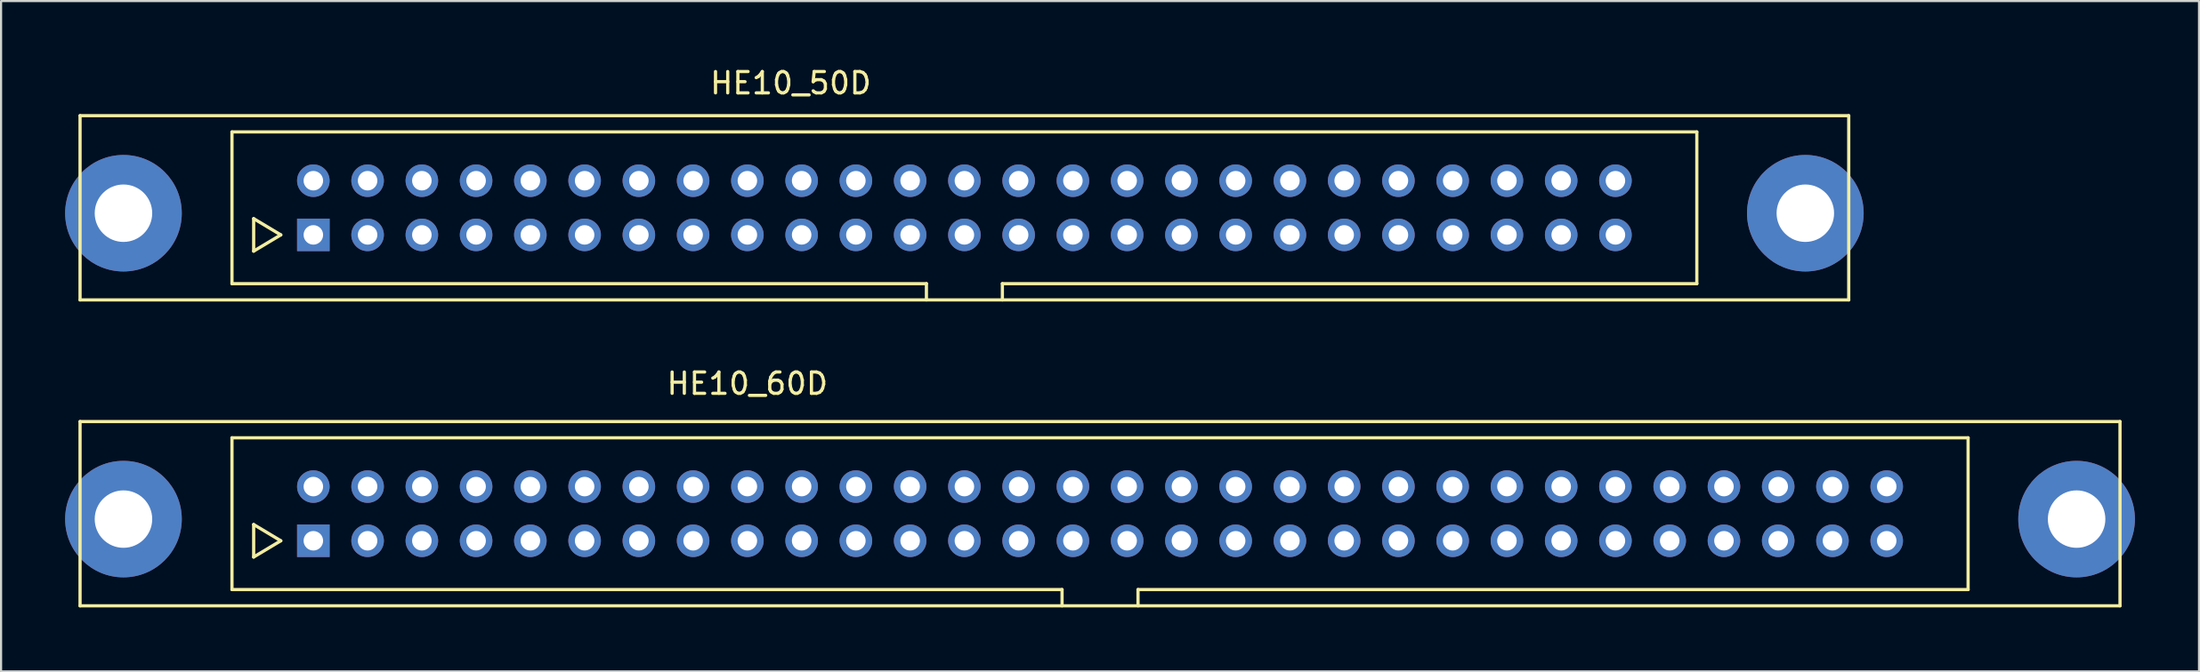
<source format=kicad_pcb>
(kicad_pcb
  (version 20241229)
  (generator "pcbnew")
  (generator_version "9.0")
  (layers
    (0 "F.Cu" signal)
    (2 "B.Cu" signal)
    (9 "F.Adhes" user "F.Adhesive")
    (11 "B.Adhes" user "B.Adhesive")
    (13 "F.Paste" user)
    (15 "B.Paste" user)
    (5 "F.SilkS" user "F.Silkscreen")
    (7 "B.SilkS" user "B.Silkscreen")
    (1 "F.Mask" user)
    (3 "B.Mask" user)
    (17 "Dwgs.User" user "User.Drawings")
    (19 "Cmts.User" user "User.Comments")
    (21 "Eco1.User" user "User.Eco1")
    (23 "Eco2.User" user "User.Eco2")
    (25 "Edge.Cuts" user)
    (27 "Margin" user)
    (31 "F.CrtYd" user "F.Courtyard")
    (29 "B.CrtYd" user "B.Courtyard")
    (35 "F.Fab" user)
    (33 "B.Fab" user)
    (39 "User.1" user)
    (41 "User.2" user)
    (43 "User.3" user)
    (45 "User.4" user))
  (footprint "HE10_60D"
    (layer "F.Cu")
    (at 48.45 21.282)
    (property "Reference" "HE10_60D" (at -16.51 -6.35 0) (layer "F.SilkS") (effects (font (size 1 1) (thickness 0.15))))
    (attr through_hole)
    (fp_line (start -47.752 -4.572) (end -47.752 4.064) (stroke (width 0.15) (type solid)) (layer "F.SilkS"))
    (fp_line (start -47.752 4.064) (end 47.752 4.064) (stroke (width 0.15) (type solid)) (layer "F.SilkS"))
    (fp_line (start -40.64 -3.81) (end 40.64 -3.81) (stroke (width 0.15) (type solid)) (layer "F.SilkS"))
    (fp_line (start -40.64 3.302) (end -40.64 -3.81) (stroke (width 0.15) (type solid)) (layer "F.SilkS"))
    (fp_line (start -39.624 0.254) (end -39.624 1.778) (stroke (width 0.15) (type solid)) (layer "F.SilkS"))
    (fp_line (start -39.624 1.778) (end -38.354 1.016) (stroke (width 0.15) (type solid)) (layer "F.SilkS"))
    (fp_line (start -38.354 1.016) (end -39.624 0.254) (stroke (width 0.15) (type solid)) (layer "F.SilkS"))
    (fp_line (start -1.778 3.302) (end -40.64 3.302) (stroke (width 0.15) (type solid)) (layer "F.SilkS"))
    (fp_line (start -1.778 4.064) (end -1.778 3.302) (stroke (width 0.15) (type solid)) (layer "F.SilkS"))
    (fp_line (start 1.778 3.302) (end 1.778 4.064) (stroke (width 0.15) (type solid)) (layer "F.SilkS"))
    (fp_line (start 40.64 -3.81) (end 40.64 3.302) (stroke (width 0.15) (type solid)) (layer "F.SilkS"))
    (fp_line (start 40.64 3.302) (end 1.778 3.302) (stroke (width 0.15) (type solid)) (layer "F.SilkS"))
    (fp_line (start 47.752 -4.572) (end -47.752 -4.572) (stroke (width 0.15) (type solid)) (layer "F.SilkS"))
    (fp_line (start 47.752 4.064) (end 47.752 -4.572) (stroke (width 0.15) (type solid)) (layer "F.SilkS"))
    (pad "" thru_hole circle (at -45.72 0) (size 5.461 5.461) (drill 2.692) (layers "*.Cu" "*.Mask"))
    (pad "" thru_hole circle (at 45.72 0) (size 5.461 5.461) (drill 2.692) (layers "*.Cu" "*.Mask"))
    (pad "1" thru_hole rect (at -36.83 1.016) (size 1.524 1.524) (drill 0.914) (layers "*.Cu" "*.Mask"))
    (pad "2" thru_hole circle (at -36.83 -1.524) (size 1.524 1.524) (drill 0.914) (layers "*.Cu" "*.Mask"))
    (pad "3" thru_hole circle (at -34.29 1.016) (size 1.524 1.524) (drill 0.914) (layers "*.Cu" "*.Mask"))
    (pad "4" thru_hole circle (at -34.29 -1.524) (size 1.524 1.524) (drill 0.914) (layers "*.Cu" "*.Mask"))
    (pad "5" thru_hole circle (at -31.75 1.016) (size 1.524 1.524) (drill 0.914) (layers "*.Cu" "*.Mask"))
    (pad "6" thru_hole circle (at -31.75 -1.524) (size 1.524 1.524) (drill 0.914) (layers "*.Cu" "*.Mask"))
    (pad "7" thru_hole circle (at -29.21 1.016) (size 1.524 1.524) (drill 0.914) (layers "*.Cu" "*.Mask"))
    (pad "8" thru_hole circle (at -29.21 -1.524) (size 1.524 1.524) (drill 0.914) (layers "*.Cu" "*.Mask"))
    (pad "9" thru_hole circle (at -26.67 1.016) (size 1.524 1.524) (drill 0.914) (layers "*.Cu" "*.Mask"))
    (pad "10" thru_hole circle (at -26.67 -1.524) (size 1.524 1.524) (drill 0.914) (layers "*.Cu" "*.Mask"))
    (pad "11" thru_hole circle (at -24.13 1.016) (size 1.524 1.524) (drill 0.914) (layers "*.Cu" "*.Mask"))
    (pad "12" thru_hole circle (at -24.13 -1.524) (size 1.524 1.524) (drill 0.914) (layers "*.Cu" "*.Mask"))
    (pad "13" thru_hole circle (at -21.59 1.016) (size 1.524 1.524) (drill 0.914) (layers "*.Cu" "*.Mask"))
    (pad "14" thru_hole circle (at -21.59 -1.524) (size 1.524 1.524) (drill 0.914) (layers "*.Cu" "*.Mask"))
    (pad "15" thru_hole circle (at -19.05 1.016) (size 1.524 1.524) (drill 0.914) (layers "*.Cu" "*.Mask"))
    (pad "16" thru_hole circle (at -19.05 -1.524) (size 1.524 1.524) (drill 0.914) (layers "*.Cu" "*.Mask"))
    (pad "17" thru_hole circle (at -16.51 1.016) (size 1.524 1.524) (drill 0.914) (layers "*.Cu" "*.Mask"))
    (pad "18" thru_hole circle (at -16.51 -1.524) (size 1.524 1.524) (drill 0.914) (layers "*.Cu" "*.Mask"))
    (pad "19" thru_hole circle (at -13.97 1.016) (size 1.524 1.524) (drill 0.914) (layers "*.Cu" "*.Mask"))
    (pad "20" thru_hole circle (at -13.97 -1.524) (size 1.524 1.524) (drill 0.914) (layers "*.Cu" "*.Mask"))
    (pad "21" thru_hole circle (at -11.43 1.016) (size 1.524 1.524) (drill 0.914) (layers "*.Cu" "*.Mask"))
    (pad "22" thru_hole circle (at -11.43 -1.524) (size 1.524 1.524) (drill 0.914) (layers "*.Cu" "*.Mask"))
    (pad "23" thru_hole circle (at -8.89 1.016) (size 1.524 1.524) (drill 0.914) (layers "*.Cu" "*.Mask"))
    (pad "24" thru_hole circle (at -8.89 -1.524) (size 1.524 1.524) (drill 0.914) (layers "*.Cu" "*.Mask"))
    (pad "25" thru_hole circle (at -6.35 1.016) (size 1.524 1.524) (drill 0.914) (layers "*.Cu" "*.Mask"))
    (pad "26" thru_hole circle (at -6.35 -1.524) (size 1.524 1.524) (drill 0.914) (layers "*.Cu" "*.Mask"))
    (pad "27" thru_hole circle (at -3.81 1.016) (size 1.524 1.524) (drill 0.914) (layers "*.Cu" "*.Mask"))
    (pad "28" thru_hole circle (at -3.81 -1.524) (size 1.524 1.524) (drill 0.914) (layers "*.Cu" "*.Mask"))
    (pad "29" thru_hole circle (at -1.27 1.016) (size 1.524 1.524) (drill 0.914) (layers "*.Cu" "*.Mask"))
    (pad "30" thru_hole circle (at -1.27 -1.524) (size 1.524 1.524) (drill 0.914) (layers "*.Cu" "*.Mask"))
    (pad "31" thru_hole circle (at 1.27 1.016) (size 1.524 1.524) (drill 0.914) (layers "*.Cu" "*.Mask"))
    (pad "32" thru_hole circle (at 1.27 -1.524) (size 1.524 1.524) (drill 0.914) (layers "*.Cu" "*.Mask"))
    (pad "33" thru_hole circle (at 3.81 1.016) (size 1.524 1.524) (drill 0.914) (layers "*.Cu" "*.Mask"))
    (pad "34" thru_hole circle (at 3.81 -1.524) (size 1.524 1.524) (drill 0.914) (layers "*.Cu" "*.Mask"))
    (pad "35" thru_hole circle (at 6.35 1.016) (size 1.524 1.524) (drill 0.914) (layers "*.Cu" "*.Mask"))
    (pad "36" thru_hole circle (at 6.35 -1.524) (size 1.524 1.524) (drill 0.914) (layers "*.Cu" "*.Mask"))
    (pad "37" thru_hole circle (at 8.89 1.016) (size 1.524 1.524) (drill 0.914) (layers "*.Cu" "*.Mask"))
    (pad "38" thru_hole circle (at 8.89 -1.524) (size 1.524 1.524) (drill 0.914) (layers "*.Cu" "*.Mask"))
    (pad "39" thru_hole circle (at 11.43 1.016) (size 1.524 1.524) (drill 0.914) (layers "*.Cu" "*.Mask"))
    (pad "40" thru_hole circle (at 11.43 -1.524) (size 1.524 1.524) (drill 0.914) (layers "*.Cu" "*.Mask"))
    (pad "41" thru_hole circle (at 13.97 1.016) (size 1.524 1.524) (drill 0.914) (layers "*.Cu" "*.Mask"))
    (pad "42" thru_hole circle (at 13.97 -1.524) (size 1.524 1.524) (drill 0.914) (layers "*.Cu" "*.Mask"))
    (pad "43" thru_hole circle (at 16.51 1.016) (size 1.524 1.524) (drill 0.914) (layers "*.Cu" "*.Mask"))
    (pad "44" thru_hole circle (at 16.51 -1.524) (size 1.524 1.524) (drill 0.914) (layers "*.Cu" "*.Mask"))
    (pad "45" thru_hole circle (at 19.05 1.016) (size 1.524 1.524) (drill 0.914) (layers "*.Cu" "*.Mask"))
    (pad "46" thru_hole circle (at 19.05 -1.524) (size 1.524 1.524) (drill 0.914) (layers "*.Cu" "*.Mask"))
    (pad "47" thru_hole circle (at 21.59 1.016) (size 1.524 1.524) (drill 0.914) (layers "*.Cu" "*.Mask"))
    (pad "48" thru_hole circle (at 21.59 -1.524) (size 1.524 1.524) (drill 0.914) (layers "*.Cu" "*.Mask"))
    (pad "49" thru_hole circle (at 24.13 1.016) (size 1.524 1.524) (drill 0.914) (layers "*.Cu" "*.Mask"))
    (pad "50" thru_hole circle (at 24.13 -1.524) (size 1.524 1.524) (drill 0.914) (layers "*.Cu" "*.Mask"))
    (pad "51" thru_hole circle (at 26.67 1.016) (size 1.524 1.524) (drill 0.914) (layers "*.Cu" "*.Mask"))
    (pad "52" thru_hole circle (at 26.67 -1.524) (size 1.524 1.524) (drill 0.914) (layers "*.Cu" "*.Mask"))
    (pad "53" thru_hole circle (at 29.21 1.016) (size 1.524 1.524) (drill 0.914) (layers "*.Cu" "*.Mask"))
    (pad "54" thru_hole circle (at 29.21 -1.524) (size 1.524 1.524) (drill 0.914) (layers "*.Cu" "*.Mask"))
    (pad "55" thru_hole circle (at 31.75 1.016) (size 1.524 1.524) (drill 0.914) (layers "*.Cu" "*.Mask"))
    (pad "56" thru_hole circle (at 31.75 -1.524) (size 1.524 1.524) (drill 0.914) (layers "*.Cu" "*.Mask"))
    (pad "57" thru_hole circle (at 34.29 1.016) (size 1.524 1.524) (drill 0.914) (layers "*.Cu" "*.Mask"))
    (pad "58" thru_hole circle (at 34.29 -1.524) (size 1.524 1.524) (drill 0.914) (layers "*.Cu" "*.Mask"))
    (pad "59" thru_hole circle (at 36.83 1.016) (size 1.524 1.524) (drill 0.914) (layers "*.Cu" "*.Mask"))
    (pad "60" thru_hole circle (at 36.83 -1.524) (size 1.524 1.524) (drill 0.914) (layers "*.Cu" "*.Mask")))
  (footprint "HE10_50D"
    (layer "F.Cu")
    (at 42.1 6.69)
    (property "Reference" "HE10_50D" (at -8.128 -5.842 0) (layer "F.SilkS") (effects (font (size 1 1) (thickness 0.15))))
    (attr through_hole)
    (fp_line (start -41.402 -4.318) (end -41.402 4.318) (stroke (width 0.15) (type solid)) (layer "F.SilkS"))
    (fp_line (start -41.402 4.318) (end 41.402 4.318) (stroke (width 0.15) (type solid)) (layer "F.SilkS"))
    (fp_line (start -34.29 -3.556) (end 34.29 -3.556) (stroke (width 0.15) (type solid)) (layer "F.SilkS"))
    (fp_line (start -34.29 3.556) (end -34.29 -3.556) (stroke (width 0.15) (type solid)) (layer "F.SilkS"))
    (fp_line (start -33.274 0.508) (end -33.274 2.032) (stroke (width 0.15) (type solid)) (layer "F.SilkS"))
    (fp_line (start -33.274 2.032) (end -32.004 1.27) (stroke (width 0.15) (type solid)) (layer "F.SilkS"))
    (fp_line (start -32.004 1.27) (end -33.274 0.508) (stroke (width 0.15) (type solid)) (layer "F.SilkS"))
    (fp_line (start -1.778 3.556) (end -34.29 3.556) (stroke (width 0.15) (type solid)) (layer "F.SilkS"))
    (fp_line (start -1.778 4.318) (end -1.778 3.556) (stroke (width 0.15) (type solid)) (layer "F.SilkS"))
    (fp_line (start 1.778 3.556) (end 1.778 4.318) (stroke (width 0.15) (type solid)) (layer "F.SilkS"))
    (fp_line (start 34.29 -3.556) (end 34.29 3.556) (stroke (width 0.15) (type solid)) (layer "F.SilkS"))
    (fp_line (start 34.29 3.556) (end 1.778 3.556) (stroke (width 0.15) (type solid)) (layer "F.SilkS"))
    (fp_line (start 41.402 -4.318) (end -41.402 -4.318) (stroke (width 0.15) (type solid)) (layer "F.SilkS"))
    (fp_line (start 41.402 4.318) (end 41.402 -4.318) (stroke (width 0.15) (type solid)) (layer "F.SilkS"))
    (pad "" thru_hole circle (at -39.37 0.254) (size 5.461 5.461) (drill 2.692) (layers "*.Cu" "*.Mask"))
    (pad "" thru_hole circle (at 39.37 0.254) (size 5.461 5.461) (drill 2.692) (layers "*.Cu" "*.Mask"))
    (pad "1" thru_hole rect (at -30.48 1.27) (size 1.524 1.524) (drill 0.914) (layers "*.Cu" "*.Mask"))
    (pad "2" thru_hole circle (at -30.48 -1.27) (size 1.524 1.524) (drill 0.914) (layers "*.Cu" "*.Mask"))
    (pad "3" thru_hole circle (at -27.94 1.27) (size 1.524 1.524) (drill 0.914) (layers "*.Cu" "*.Mask"))
    (pad "4" thru_hole circle (at -27.94 -1.27) (size 1.524 1.524) (drill 0.914) (layers "*.Cu" "*.Mask"))
    (pad "5" thru_hole circle (at -25.4 1.27) (size 1.524 1.524) (drill 0.914) (layers "*.Cu" "*.Mask"))
    (pad "6" thru_hole circle (at -25.4 -1.27) (size 1.524 1.524) (drill 0.914) (layers "*.Cu" "*.Mask"))
    (pad "7" thru_hole circle (at -22.86 1.27) (size 1.524 1.524) (drill 0.914) (layers "*.Cu" "*.Mask"))
    (pad "8" thru_hole circle (at -22.86 -1.27) (size 1.524 1.524) (drill 0.914) (layers "*.Cu" "*.Mask"))
    (pad "9" thru_hole circle (at -20.32 1.27) (size 1.524 1.524) (drill 0.914) (layers "*.Cu" "*.Mask"))
    (pad "10" thru_hole circle (at -20.32 -1.27) (size 1.524 1.524) (drill 0.914) (layers "*.Cu" "*.Mask"))
    (pad "11" thru_hole circle (at -17.78 1.27) (size 1.524 1.524) (drill 0.914) (layers "*.Cu" "*.Mask"))
    (pad "12" thru_hole circle (at -17.78 -1.27) (size 1.524 1.524) (drill 0.914) (layers "*.Cu" "*.Mask"))
    (pad "13" thru_hole circle (at -15.24 1.27) (size 1.524 1.524) (drill 0.914) (layers "*.Cu" "*.Mask"))
    (pad "14" thru_hole circle (at -15.24 -1.27) (size 1.524 1.524) (drill 0.914) (layers "*.Cu" "*.Mask"))
    (pad "15" thru_hole circle (at -12.7 1.27) (size 1.524 1.524) (drill 0.914) (layers "*.Cu" "*.Mask"))
    (pad "16" thru_hole circle (at -12.7 -1.27) (size 1.524 1.524) (drill 0.914) (layers "*.Cu" "*.Mask"))
    (pad "17" thru_hole circle (at -10.16 1.27) (size 1.524 1.524) (drill 0.914) (layers "*.Cu" "*.Mask"))
    (pad "18" thru_hole circle (at -10.16 -1.27) (size 1.524 1.524) (drill 0.914) (layers "*.Cu" "*.Mask"))
    (pad "19" thru_hole circle (at -7.62 1.27) (size 1.524 1.524) (drill 0.914) (layers "*.Cu" "*.Mask"))
    (pad "20" thru_hole circle (at -7.62 -1.27) (size 1.524 1.524) (drill 0.914) (layers "*.Cu" "*.Mask"))
    (pad "21" thru_hole circle (at -5.08 1.27) (size 1.524 1.524) (drill 0.914) (layers "*.Cu" "*.Mask"))
    (pad "22" thru_hole circle (at -5.08 -1.27) (size 1.524 1.524) (drill 0.914) (layers "*.Cu" "*.Mask"))
    (pad "23" thru_hole circle (at -2.54 1.27) (size 1.524 1.524) (drill 0.914) (layers "*.Cu" "*.Mask"))
    (pad "24" thru_hole circle (at -2.54 -1.27) (size 1.524 1.524) (drill 0.914) (layers "*.Cu" "*.Mask"))
    (pad "25" thru_hole circle (at 0 1.27) (size 1.524 1.524) (drill 0.914) (layers "*.Cu" "*.Mask"))
    (pad "26" thru_hole circle (at 0 -1.27) (size 1.524 1.524) (drill 0.914) (layers "*.Cu" "*.Mask"))
    (pad "27" thru_hole circle (at 2.54 1.27) (size 1.524 1.524) (drill 0.914) (layers "*.Cu" "*.Mask"))
    (pad "28" thru_hole circle (at 2.54 -1.27) (size 1.524 1.524) (drill 0.914) (layers "*.Cu" "*.Mask"))
    (pad "29" thru_hole circle (at 5.08 1.27) (size 1.524 1.524) (drill 0.914) (layers "*.Cu" "*.Mask"))
    (pad "30" thru_hole circle (at 5.08 -1.27) (size 1.524 1.524) (drill 0.914) (layers "*.Cu" "*.Mask"))
    (pad "31" thru_hole circle (at 7.62 1.27) (size 1.524 1.524) (drill 0.914) (layers "*.Cu" "*.Mask"))
    (pad "32" thru_hole circle (at 7.62 -1.27) (size 1.524 1.524) (drill 0.914) (layers "*.Cu" "*.Mask"))
    (pad "33" thru_hole circle (at 10.16 1.27) (size 1.524 1.524) (drill 0.914) (layers "*.Cu" "*.Mask"))
    (pad "34" thru_hole circle (at 10.16 -1.27) (size 1.524 1.524) (drill 0.914) (layers "*.Cu" "*.Mask"))
    (pad "35" thru_hole circle (at 12.7 1.27) (size 1.524 1.524) (drill 0.914) (layers "*.Cu" "*.Mask"))
    (pad "36" thru_hole circle (at 12.7 -1.27) (size 1.524 1.524) (drill 0.914) (layers "*.Cu" "*.Mask"))
    (pad "37" thru_hole circle (at 15.24 1.27) (size 1.524 1.524) (drill 0.914) (layers "*.Cu" "*.Mask"))
    (pad "38" thru_hole circle (at 15.24 -1.27) (size 1.524 1.524) (drill 0.914) (layers "*.Cu" "*.Mask"))
    (pad "39" thru_hole circle (at 17.78 1.27) (size 1.524 1.524) (drill 0.914) (layers "*.Cu" "*.Mask"))
    (pad "40" thru_hole circle (at 17.78 -1.27) (size 1.524 1.524) (drill 0.914) (layers "*.Cu" "*.Mask"))
    (pad "41" thru_hole circle (at 20.32 1.27) (size 1.524 1.524) (drill 0.914) (layers "*.Cu" "*.Mask"))
    (pad "42" thru_hole circle (at 20.32 -1.27) (size 1.524 1.524) (drill 0.914) (layers "*.Cu" "*.Mask"))
    (pad "43" thru_hole circle (at 22.86 1.27) (size 1.524 1.524) (drill 0.914) (layers "*.Cu" "*.Mask"))
    (pad "44" thru_hole circle (at 22.86 -1.27) (size 1.524 1.524) (drill 0.914) (layers "*.Cu" "*.Mask"))
    (pad "45" thru_hole circle (at 25.4 1.27) (size 1.524 1.524) (drill 0.914) (layers "*.Cu" "*.Mask"))
    (pad "46" thru_hole circle (at 25.4 -1.27) (size 1.524 1.524) (drill 0.914) (layers "*.Cu" "*.Mask"))
    (pad "47" thru_hole circle (at 27.94 1.27) (size 1.524 1.524) (drill 0.914) (layers "*.Cu" "*.Mask"))
    (pad "48" thru_hole circle (at 27.94 -1.27) (size 1.524 1.524) (drill 0.914) (layers "*.Cu" "*.Mask"))
    (pad "49" thru_hole circle (at 30.48 1.27) (size 1.524 1.524) (drill 0.914) (layers "*.Cu" "*.Mask"))
    (pad "50" thru_hole circle (at 30.48 -1.27) (size 1.524 1.524) (drill 0.914) (layers "*.Cu" "*.Mask")))
  (gr_rect
    (start -3 -3)
    (end 99.901 28.421)
    (stroke (width 0.1) (type default))
    (fill no)
    (layer "Edge.Cuts")))
</source>
